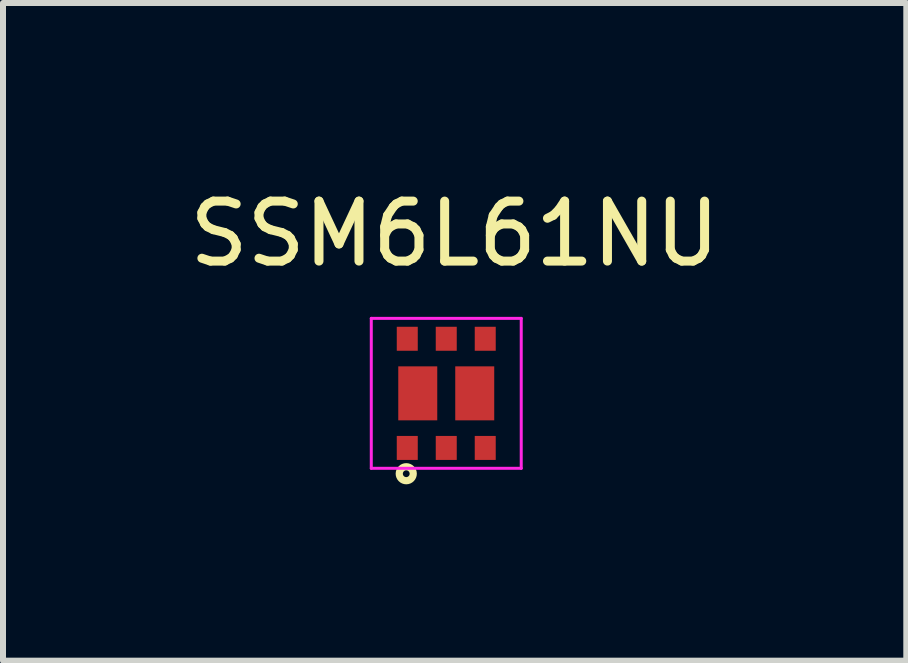
<source format=kicad_pcb>
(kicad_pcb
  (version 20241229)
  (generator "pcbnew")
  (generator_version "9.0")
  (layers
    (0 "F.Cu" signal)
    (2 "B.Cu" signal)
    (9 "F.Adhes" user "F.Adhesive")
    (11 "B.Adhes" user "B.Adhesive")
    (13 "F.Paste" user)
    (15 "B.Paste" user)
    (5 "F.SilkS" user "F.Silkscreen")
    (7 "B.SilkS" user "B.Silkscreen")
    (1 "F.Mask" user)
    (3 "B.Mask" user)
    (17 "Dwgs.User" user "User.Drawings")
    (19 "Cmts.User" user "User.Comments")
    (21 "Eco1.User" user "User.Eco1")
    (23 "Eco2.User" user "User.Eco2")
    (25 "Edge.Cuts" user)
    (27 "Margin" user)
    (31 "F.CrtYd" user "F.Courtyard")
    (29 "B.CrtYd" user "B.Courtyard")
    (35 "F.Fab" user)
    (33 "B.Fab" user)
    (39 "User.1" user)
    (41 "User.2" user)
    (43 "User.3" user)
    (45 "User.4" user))
  (footprint "SSM6L61NU"
    (layer "F.Cu")
    (at 4.39 3.508)
    (property "Reference" "SSM6L61NU" (at 0.14 -2.66 0) (layer "F.SilkS") (effects (font (size 1 1) (thickness 0.15))))
    (attr through_hole)
    (fp_circle (center -0.667 1.34) (end -0.627 1.38) (stroke (width 0.12) (type solid)) (fill no) (layer "F.SilkS"))
    (fp_line (start -1.25 -1.25) (end 1.25 -1.25) (stroke (width 0.05) (type solid)) (layer "F.CrtYd"))
    (fp_line (start -1.25 1.25) (end -1.25 -1.25) (stroke (width 0.05) (type solid)) (layer "F.CrtYd"))
    (fp_line (start -1.25 1.25) (end 1.25 1.25) (stroke (width 0.05) (type solid)) (layer "F.CrtYd"))
    (fp_line (start 1.25 1.25) (end 1.25 -1.25) (stroke (width 0.05) (type solid)) (layer "F.CrtYd"))
    (pad "1" smd rect (at -0.65 0.91) (size 0.35 0.4) (layers "F.Cu" "F.Mask" "F.Paste"))
    (pad "2" smd rect (at 0 0.91) (size 0.35 0.4) (layers "F.Cu" "F.Mask" "F.Paste"))
    (pad "3" smd rect (at 0.65 0.91) (size 0.35 0.4) (layers "F.Cu" "F.Mask" "F.Paste"))
    (pad "4" smd rect (at 0.65 -0.91) (size 0.35 0.4) (layers "F.Cu" "F.Mask" "F.Paste"))
    (pad "5" smd rect (at 0 -0.91) (size 0.35 0.4) (layers "F.Cu" "F.Mask" "F.Paste"))
    (pad "6" smd rect (at -0.65 -0.91) (size 0.35 0.4) (layers "F.Cu" "F.Mask" "F.Paste"))
    (pad "7" smd rect (at 0.475 0) (size 0.65 0.9) (layers "F.Cu" "F.Mask" "F.Paste"))
    (pad "8" smd rect (at -0.475 0) (size 0.65 0.9) (layers "F.Cu" "F.Mask" "F.Paste")))
  (gr_rect
    (start -3 -3)
    (end 12.06 7.965)
    (stroke (width 0.1) (type default))
    (fill no)
    (layer "Edge.Cuts")))
</source>
